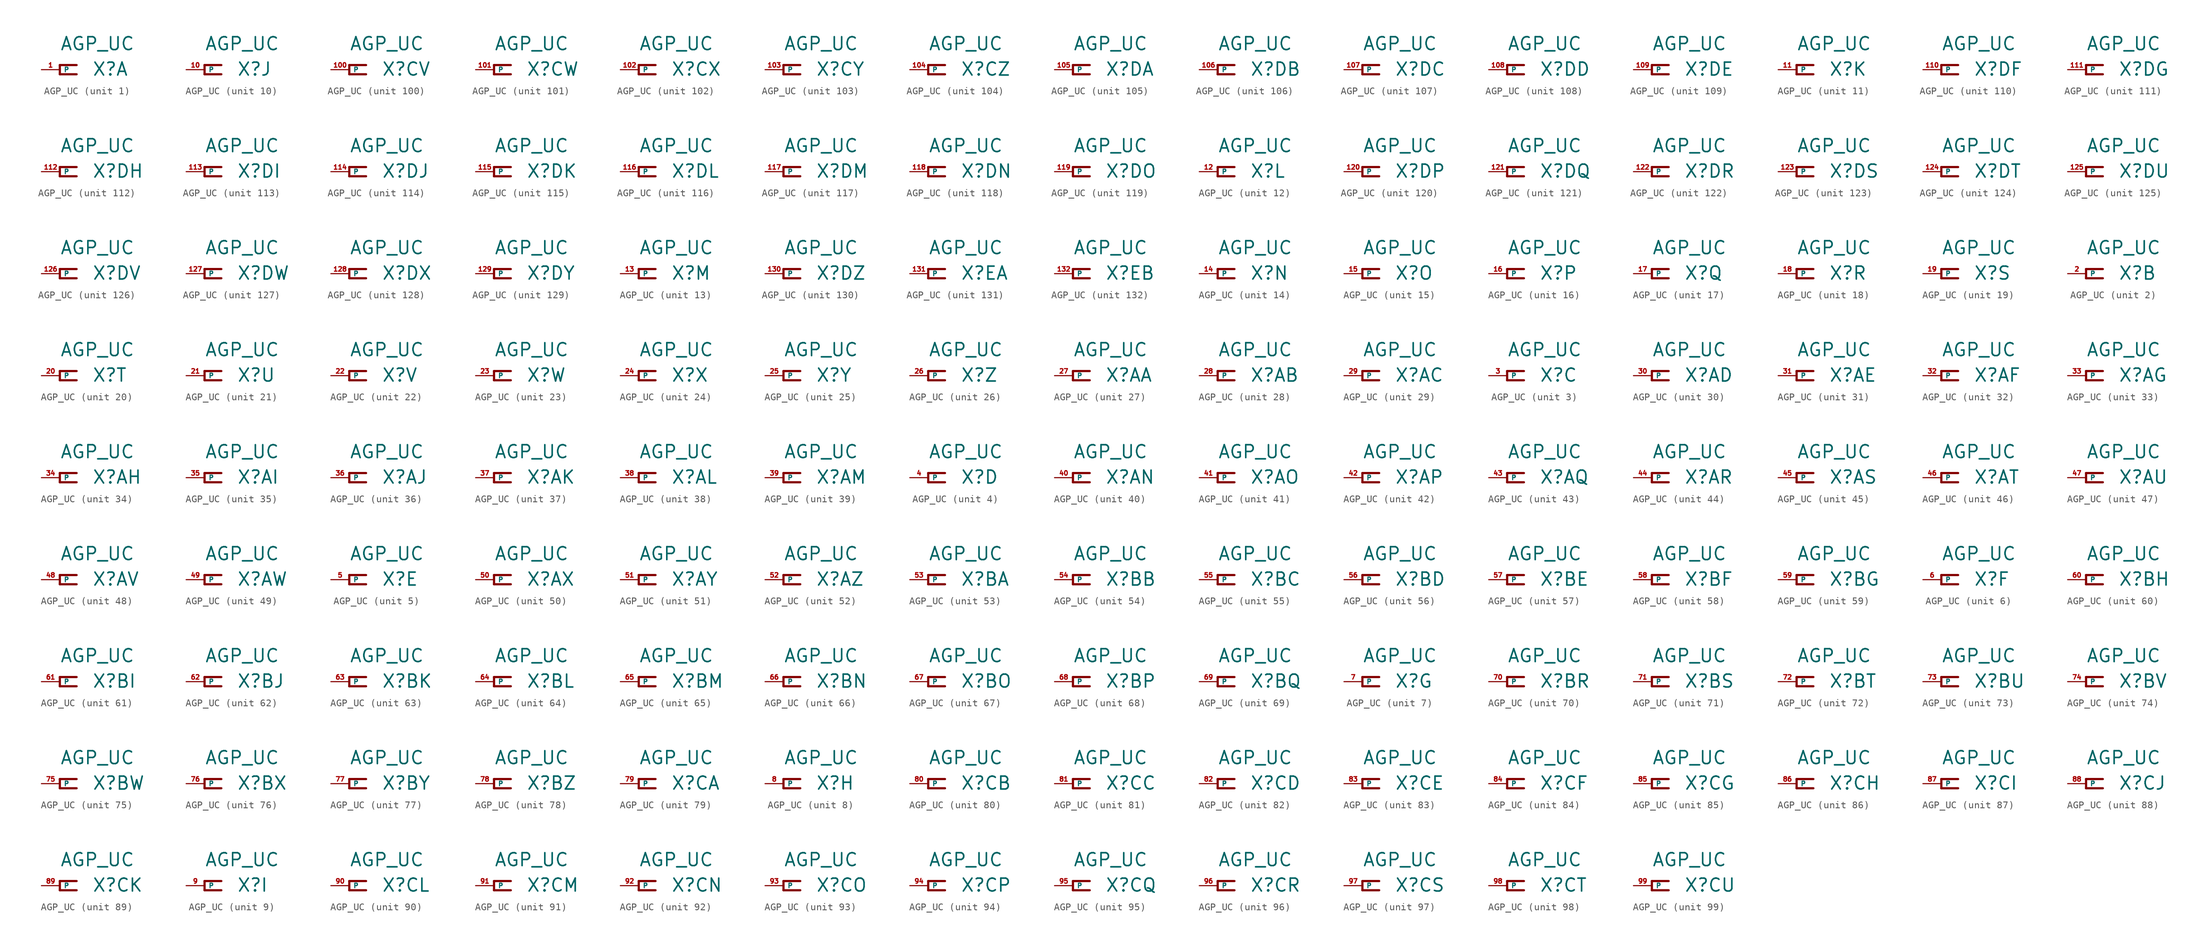
<source format=kicad_sym>
(kicad_symbol_lib
  (version 20220914)
  (generator Eagle2Kicad)
  (symbol "AGP_UC"
    (property "Reference" "X"
      (at 4.445 -0.965 0)
      (effects (font (size 1.778 1.778) (thickness 0.22)) (justify left bottom)))
    (property "Value" "AGP_UC"
      (at 0 2.54 0)
      (effects (font (size 1.778 1.778) (thickness 0.22)) (justify left bottom)))
    (symbol "AGP_UC_1_0"
      (polyline (pts (xy 0 0.635) (xy 2.311 0.635)) (stroke (width 0.305) (type default)) (fill (type none)))
      (polyline (pts (xy 2.311 -0.635) (xy 0 -0.635)) (stroke (width 0.305) (type default)) (fill (type none)))
      (polyline (pts (xy 0 -0.635) (xy 0 0.635)) (stroke (width 0.305) (type default)) (fill (type none)))
      (pin passive line (at -2.54 0 0) (length 2.54) (name "P" (effects (font (size 0.635 0.635) (thickness 0.08)) (justify left bottom))) (number "1" (effects (font (size 0.635 0.635) (thickness 0.08)) (justify left bottom)))))
    (symbol "AGP_UC_2_0"
      (polyline (pts (xy 0 0.635) (xy 2.311 0.635)) (stroke (width 0.305) (type default)) (fill (type none)))
      (polyline (pts (xy 2.311 -0.635) (xy 0 -0.635)) (stroke (width 0.305) (type default)) (fill (type none)))
      (polyline (pts (xy 0 -0.635) (xy 0 0.635)) (stroke (width 0.305) (type default)) (fill (type none)))
      (pin passive line (at -2.54 0 0) (length 2.54) (name "P" (effects (font (size 0.635 0.635) (thickness 0.08)) (justify left bottom))) (number "2" (effects (font (size 0.635 0.635) (thickness 0.08)) (justify left bottom)))))
    (symbol "AGP_UC_3_0"
      (polyline (pts (xy 0 0.635) (xy 2.311 0.635)) (stroke (width 0.305) (type default)) (fill (type none)))
      (polyline (pts (xy 2.311 -0.635) (xy 0 -0.635)) (stroke (width 0.305) (type default)) (fill (type none)))
      (polyline (pts (xy 0 -0.635) (xy 0 0.635)) (stroke (width 0.305) (type default)) (fill (type none)))
      (pin passive line (at -2.54 0 0) (length 2.54) (name "P" (effects (font (size 0.635 0.635) (thickness 0.08)) (justify left bottom))) (number "3" (effects (font (size 0.635 0.635) (thickness 0.08)) (justify left bottom)))))
    (symbol "AGP_UC_4_0"
      (polyline (pts (xy 0 0.635) (xy 2.311 0.635)) (stroke (width 0.305) (type default)) (fill (type none)))
      (polyline (pts (xy 2.311 -0.635) (xy 0 -0.635)) (stroke (width 0.305) (type default)) (fill (type none)))
      (polyline (pts (xy 0 -0.635) (xy 0 0.635)) (stroke (width 0.305) (type default)) (fill (type none)))
      (pin passive line (at -2.54 0 0) (length 2.54) (name "P" (effects (font (size 0.635 0.635) (thickness 0.08)) (justify left bottom))) (number "4" (effects (font (size 0.635 0.635) (thickness 0.08)) (justify left bottom)))))
    (symbol "AGP_UC_5_0"
      (polyline (pts (xy 0 0.635) (xy 2.311 0.635)) (stroke (width 0.305) (type default)) (fill (type none)))
      (polyline (pts (xy 2.311 -0.635) (xy 0 -0.635)) (stroke (width 0.305) (type default)) (fill (type none)))
      (polyline (pts (xy 0 -0.635) (xy 0 0.635)) (stroke (width 0.305) (type default)) (fill (type none)))
      (pin passive line (at -2.54 0 0) (length 2.54) (name "P" (effects (font (size 0.635 0.635) (thickness 0.08)) (justify left bottom))) (number "5" (effects (font (size 0.635 0.635) (thickness 0.08)) (justify left bottom)))))
    (symbol "AGP_UC_6_0"
      (polyline (pts (xy 0 0.635) (xy 2.311 0.635)) (stroke (width 0.305) (type default)) (fill (type none)))
      (polyline (pts (xy 2.311 -0.635) (xy 0 -0.635)) (stroke (width 0.305) (type default)) (fill (type none)))
      (polyline (pts (xy 0 -0.635) (xy 0 0.635)) (stroke (width 0.305) (type default)) (fill (type none)))
      (pin passive line (at -2.54 0 0) (length 2.54) (name "P" (effects (font (size 0.635 0.635) (thickness 0.08)) (justify left bottom))) (number "6" (effects (font (size 0.635 0.635) (thickness 0.08)) (justify left bottom)))))
    (symbol "AGP_UC_7_0"
      (polyline (pts (xy 0 0.635) (xy 2.311 0.635)) (stroke (width 0.305) (type default)) (fill (type none)))
      (polyline (pts (xy 2.311 -0.635) (xy 0 -0.635)) (stroke (width 0.305) (type default)) (fill (type none)))
      (polyline (pts (xy 0 -0.635) (xy 0 0.635)) (stroke (width 0.305) (type default)) (fill (type none)))
      (pin passive line (at -2.54 0 0) (length 2.54) (name "P" (effects (font (size 0.635 0.635) (thickness 0.08)) (justify left bottom))) (number "7" (effects (font (size 0.635 0.635) (thickness 0.08)) (justify left bottom)))))
    (symbol "AGP_UC_8_0"
      (polyline (pts (xy 0 0.635) (xy 2.311 0.635)) (stroke (width 0.305) (type default)) (fill (type none)))
      (polyline (pts (xy 2.311 -0.635) (xy 0 -0.635)) (stroke (width 0.305) (type default)) (fill (type none)))
      (polyline (pts (xy 0 -0.635) (xy 0 0.635)) (stroke (width 0.305) (type default)) (fill (type none)))
      (pin passive line (at -2.54 0 0) (length 2.54) (name "P" (effects (font (size 0.635 0.635) (thickness 0.08)) (justify left bottom))) (number "8" (effects (font (size 0.635 0.635) (thickness 0.08)) (justify left bottom)))))
    (symbol "AGP_UC_9_0"
      (polyline (pts (xy 0 0.635) (xy 2.311 0.635)) (stroke (width 0.305) (type default)) (fill (type none)))
      (polyline (pts (xy 2.311 -0.635) (xy 0 -0.635)) (stroke (width 0.305) (type default)) (fill (type none)))
      (polyline (pts (xy 0 -0.635) (xy 0 0.635)) (stroke (width 0.305) (type default)) (fill (type none)))
      (pin passive line (at -2.54 0 0) (length 2.54) (name "P" (effects (font (size 0.635 0.635) (thickness 0.08)) (justify left bottom))) (number "9" (effects (font (size 0.635 0.635) (thickness 0.08)) (justify left bottom)))))
    (symbol "AGP_UC_10_0"
      (polyline (pts (xy 0 0.635) (xy 2.311 0.635)) (stroke (width 0.305) (type default)) (fill (type none)))
      (polyline (pts (xy 2.311 -0.635) (xy 0 -0.635)) (stroke (width 0.305) (type default)) (fill (type none)))
      (polyline (pts (xy 0 -0.635) (xy 0 0.635)) (stroke (width 0.305) (type default)) (fill (type none)))
      (pin passive line (at -2.54 0 0) (length 2.54) (name "P" (effects (font (size 0.635 0.635) (thickness 0.08)) (justify left bottom))) (number "10" (effects (font (size 0.635 0.635) (thickness 0.08)) (justify left bottom)))))
    (symbol "AGP_UC_11_0"
      (polyline (pts (xy 0 0.635) (xy 2.311 0.635)) (stroke (width 0.305) (type default)) (fill (type none)))
      (polyline (pts (xy 2.311 -0.635) (xy 0 -0.635)) (stroke (width 0.305) (type default)) (fill (type none)))
      (polyline (pts (xy 0 -0.635) (xy 0 0.635)) (stroke (width 0.305) (type default)) (fill (type none)))
      (pin passive line (at -2.54 0 0) (length 2.54) (name "P" (effects (font (size 0.635 0.635) (thickness 0.08)) (justify left bottom))) (number "11" (effects (font (size 0.635 0.635) (thickness 0.08)) (justify left bottom)))))
    (symbol "AGP_UC_12_0"
      (polyline (pts (xy 0 0.635) (xy 2.311 0.635)) (stroke (width 0.305) (type default)) (fill (type none)))
      (polyline (pts (xy 2.311 -0.635) (xy 0 -0.635)) (stroke (width 0.305) (type default)) (fill (type none)))
      (polyline (pts (xy 0 -0.635) (xy 0 0.635)) (stroke (width 0.305) (type default)) (fill (type none)))
      (pin passive line (at -2.54 0 0) (length 2.54) (name "P" (effects (font (size 0.635 0.635) (thickness 0.08)) (justify left bottom))) (number "12" (effects (font (size 0.635 0.635) (thickness 0.08)) (justify left bottom)))))
    (symbol "AGP_UC_13_0"
      (polyline (pts (xy 0 0.635) (xy 2.311 0.635)) (stroke (width 0.305) (type default)) (fill (type none)))
      (polyline (pts (xy 2.311 -0.635) (xy 0 -0.635)) (stroke (width 0.305) (type default)) (fill (type none)))
      (polyline (pts (xy 0 -0.635) (xy 0 0.635)) (stroke (width 0.305) (type default)) (fill (type none)))
      (pin passive line (at -2.54 0 0) (length 2.54) (name "P" (effects (font (size 0.635 0.635) (thickness 0.08)) (justify left bottom))) (number "13" (effects (font (size 0.635 0.635) (thickness 0.08)) (justify left bottom)))))
    (symbol "AGP_UC_14_0"
      (polyline (pts (xy 0 0.635) (xy 2.311 0.635)) (stroke (width 0.305) (type default)) (fill (type none)))
      (polyline (pts (xy 2.311 -0.635) (xy 0 -0.635)) (stroke (width 0.305) (type default)) (fill (type none)))
      (polyline (pts (xy 0 -0.635) (xy 0 0.635)) (stroke (width 0.305) (type default)) (fill (type none)))
      (pin passive line (at -2.54 0 0) (length 2.54) (name "P" (effects (font (size 0.635 0.635) (thickness 0.08)) (justify left bottom))) (number "14" (effects (font (size 0.635 0.635) (thickness 0.08)) (justify left bottom)))))
    (symbol "AGP_UC_15_0"
      (polyline (pts (xy 0 0.635) (xy 2.311 0.635)) (stroke (width 0.305) (type default)) (fill (type none)))
      (polyline (pts (xy 2.311 -0.635) (xy 0 -0.635)) (stroke (width 0.305) (type default)) (fill (type none)))
      (polyline (pts (xy 0 -0.635) (xy 0 0.635)) (stroke (width 0.305) (type default)) (fill (type none)))
      (pin passive line (at -2.54 0 0) (length 2.54) (name "P" (effects (font (size 0.635 0.635) (thickness 0.08)) (justify left bottom))) (number "15" (effects (font (size 0.635 0.635) (thickness 0.08)) (justify left bottom)))))
    (symbol "AGP_UC_16_0"
      (polyline (pts (xy 0 0.635) (xy 2.311 0.635)) (stroke (width 0.305) (type default)) (fill (type none)))
      (polyline (pts (xy 2.311 -0.635) (xy 0 -0.635)) (stroke (width 0.305) (type default)) (fill (type none)))
      (polyline (pts (xy 0 -0.635) (xy 0 0.635)) (stroke (width 0.305) (type default)) (fill (type none)))
      (pin passive line (at -2.54 0 0) (length 2.54) (name "P" (effects (font (size 0.635 0.635) (thickness 0.08)) (justify left bottom))) (number "16" (effects (font (size 0.635 0.635) (thickness 0.08)) (justify left bottom)))))
    (symbol "AGP_UC_17_0"
      (polyline (pts (xy 0 0.635) (xy 2.311 0.635)) (stroke (width 0.305) (type default)) (fill (type none)))
      (polyline (pts (xy 2.311 -0.635) (xy 0 -0.635)) (stroke (width 0.305) (type default)) (fill (type none)))
      (polyline (pts (xy 0 -0.635) (xy 0 0.635)) (stroke (width 0.305) (type default)) (fill (type none)))
      (pin passive line (at -2.54 0 0) (length 2.54) (name "P" (effects (font (size 0.635 0.635) (thickness 0.08)) (justify left bottom))) (number "17" (effects (font (size 0.635 0.635) (thickness 0.08)) (justify left bottom)))))
    (symbol "AGP_UC_18_0"
      (polyline (pts (xy 0 0.635) (xy 2.311 0.635)) (stroke (width 0.305) (type default)) (fill (type none)))
      (polyline (pts (xy 2.311 -0.635) (xy 0 -0.635)) (stroke (width 0.305) (type default)) (fill (type none)))
      (polyline (pts (xy 0 -0.635) (xy 0 0.635)) (stroke (width 0.305) (type default)) (fill (type none)))
      (pin passive line (at -2.54 0 0) (length 2.54) (name "P" (effects (font (size 0.635 0.635) (thickness 0.08)) (justify left bottom))) (number "18" (effects (font (size 0.635 0.635) (thickness 0.08)) (justify left bottom)))))
    (symbol "AGP_UC_19_0"
      (polyline (pts (xy 0 0.635) (xy 2.311 0.635)) (stroke (width 0.305) (type default)) (fill (type none)))
      (polyline (pts (xy 2.311 -0.635) (xy 0 -0.635)) (stroke (width 0.305) (type default)) (fill (type none)))
      (polyline (pts (xy 0 -0.635) (xy 0 0.635)) (stroke (width 0.305) (type default)) (fill (type none)))
      (pin passive line (at -2.54 0 0) (length 2.54) (name "P" (effects (font (size 0.635 0.635) (thickness 0.08)) (justify left bottom))) (number "19" (effects (font (size 0.635 0.635) (thickness 0.08)) (justify left bottom)))))
    (symbol "AGP_UC_20_0"
      (polyline (pts (xy 0 0.635) (xy 2.311 0.635)) (stroke (width 0.305) (type default)) (fill (type none)))
      (polyline (pts (xy 2.311 -0.635) (xy 0 -0.635)) (stroke (width 0.305) (type default)) (fill (type none)))
      (polyline (pts (xy 0 -0.635) (xy 0 0.635)) (stroke (width 0.305) (type default)) (fill (type none)))
      (pin passive line (at -2.54 0 0) (length 2.54) (name "P" (effects (font (size 0.635 0.635) (thickness 0.08)) (justify left bottom))) (number "20" (effects (font (size 0.635 0.635) (thickness 0.08)) (justify left bottom)))))
    (symbol "AGP_UC_21_0"
      (polyline (pts (xy 0 0.635) (xy 2.311 0.635)) (stroke (width 0.305) (type default)) (fill (type none)))
      (polyline (pts (xy 2.311 -0.635) (xy 0 -0.635)) (stroke (width 0.305) (type default)) (fill (type none)))
      (polyline (pts (xy 0 -0.635) (xy 0 0.635)) (stroke (width 0.305) (type default)) (fill (type none)))
      (pin passive line (at -2.54 0 0) (length 2.54) (name "P" (effects (font (size 0.635 0.635) (thickness 0.08)) (justify left bottom))) (number "21" (effects (font (size 0.635 0.635) (thickness 0.08)) (justify left bottom)))))
    (symbol "AGP_UC_22_0"
      (polyline (pts (xy 0 0.635) (xy 2.311 0.635)) (stroke (width 0.305) (type default)) (fill (type none)))
      (polyline (pts (xy 2.311 -0.635) (xy 0 -0.635)) (stroke (width 0.305) (type default)) (fill (type none)))
      (polyline (pts (xy 0 -0.635) (xy 0 0.635)) (stroke (width 0.305) (type default)) (fill (type none)))
      (pin passive line (at -2.54 0 0) (length 2.54) (name "P" (effects (font (size 0.635 0.635) (thickness 0.08)) (justify left bottom))) (number "22" (effects (font (size 0.635 0.635) (thickness 0.08)) (justify left bottom)))))
    (symbol "AGP_UC_23_0"
      (polyline (pts (xy 0 0.635) (xy 2.311 0.635)) (stroke (width 0.305) (type default)) (fill (type none)))
      (polyline (pts (xy 2.311 -0.635) (xy 0 -0.635)) (stroke (width 0.305) (type default)) (fill (type none)))
      (polyline (pts (xy 0 -0.635) (xy 0 0.635)) (stroke (width 0.305) (type default)) (fill (type none)))
      (pin passive line (at -2.54 0 0) (length 2.54) (name "P" (effects (font (size 0.635 0.635) (thickness 0.08)) (justify left bottom))) (number "23" (effects (font (size 0.635 0.635) (thickness 0.08)) (justify left bottom)))))
    (symbol "AGP_UC_24_0"
      (polyline (pts (xy 0 0.635) (xy 2.311 0.635)) (stroke (width 0.305) (type default)) (fill (type none)))
      (polyline (pts (xy 2.311 -0.635) (xy 0 -0.635)) (stroke (width 0.305) (type default)) (fill (type none)))
      (polyline (pts (xy 0 -0.635) (xy 0 0.635)) (stroke (width 0.305) (type default)) (fill (type none)))
      (pin passive line (at -2.54 0 0) (length 2.54) (name "P" (effects (font (size 0.635 0.635) (thickness 0.08)) (justify left bottom))) (number "24" (effects (font (size 0.635 0.635) (thickness 0.08)) (justify left bottom)))))
    (symbol "AGP_UC_25_0"
      (polyline (pts (xy 0 0.635) (xy 2.311 0.635)) (stroke (width 0.305) (type default)) (fill (type none)))
      (polyline (pts (xy 2.311 -0.635) (xy 0 -0.635)) (stroke (width 0.305) (type default)) (fill (type none)))
      (polyline (pts (xy 0 -0.635) (xy 0 0.635)) (stroke (width 0.305) (type default)) (fill (type none)))
      (pin passive line (at -2.54 0 0) (length 2.54) (name "P" (effects (font (size 0.635 0.635) (thickness 0.08)) (justify left bottom))) (number "25" (effects (font (size 0.635 0.635) (thickness 0.08)) (justify left bottom)))))
    (symbol "AGP_UC_26_0"
      (polyline (pts (xy 0 0.635) (xy 2.311 0.635)) (stroke (width 0.305) (type default)) (fill (type none)))
      (polyline (pts (xy 2.311 -0.635) (xy 0 -0.635)) (stroke (width 0.305) (type default)) (fill (type none)))
      (polyline (pts (xy 0 -0.635) (xy 0 0.635)) (stroke (width 0.305) (type default)) (fill (type none)))
      (pin passive line (at -2.54 0 0) (length 2.54) (name "P" (effects (font (size 0.635 0.635) (thickness 0.08)) (justify left bottom))) (number "26" (effects (font (size 0.635 0.635) (thickness 0.08)) (justify left bottom)))))
    (symbol "AGP_UC_27_0"
      (polyline (pts (xy 0 0.635) (xy 2.311 0.635)) (stroke (width 0.305) (type default)) (fill (type none)))
      (polyline (pts (xy 2.311 -0.635) (xy 0 -0.635)) (stroke (width 0.305) (type default)) (fill (type none)))
      (polyline (pts (xy 0 -0.635) (xy 0 0.635)) (stroke (width 0.305) (type default)) (fill (type none)))
      (pin passive line (at -2.54 0 0) (length 2.54) (name "P" (effects (font (size 0.635 0.635) (thickness 0.08)) (justify left bottom))) (number "27" (effects (font (size 0.635 0.635) (thickness 0.08)) (justify left bottom)))))
    (symbol "AGP_UC_28_0"
      (polyline (pts (xy 0 0.635) (xy 2.311 0.635)) (stroke (width 0.305) (type default)) (fill (type none)))
      (polyline (pts (xy 2.311 -0.635) (xy 0 -0.635)) (stroke (width 0.305) (type default)) (fill (type none)))
      (polyline (pts (xy 0 -0.635) (xy 0 0.635)) (stroke (width 0.305) (type default)) (fill (type none)))
      (pin passive line (at -2.54 0 0) (length 2.54) (name "P" (effects (font (size 0.635 0.635) (thickness 0.08)) (justify left bottom))) (number "28" (effects (font (size 0.635 0.635) (thickness 0.08)) (justify left bottom)))))
    (symbol "AGP_UC_29_0"
      (polyline (pts (xy 0 0.635) (xy 2.311 0.635)) (stroke (width 0.305) (type default)) (fill (type none)))
      (polyline (pts (xy 2.311 -0.635) (xy 0 -0.635)) (stroke (width 0.305) (type default)) (fill (type none)))
      (polyline (pts (xy 0 -0.635) (xy 0 0.635)) (stroke (width 0.305) (type default)) (fill (type none)))
      (pin passive line (at -2.54 0 0) (length 2.54) (name "P" (effects (font (size 0.635 0.635) (thickness 0.08)) (justify left bottom))) (number "29" (effects (font (size 0.635 0.635) (thickness 0.08)) (justify left bottom)))))
    (symbol "AGP_UC_30_0"
      (polyline (pts (xy 0 0.635) (xy 2.311 0.635)) (stroke (width 0.305) (type default)) (fill (type none)))
      (polyline (pts (xy 2.311 -0.635) (xy 0 -0.635)) (stroke (width 0.305) (type default)) (fill (type none)))
      (polyline (pts (xy 0 -0.635) (xy 0 0.635)) (stroke (width 0.305) (type default)) (fill (type none)))
      (pin passive line (at -2.54 0 0) (length 2.54) (name "P" (effects (font (size 0.635 0.635) (thickness 0.08)) (justify left bottom))) (number "30" (effects (font (size 0.635 0.635) (thickness 0.08)) (justify left bottom)))))
    (symbol "AGP_UC_31_0"
      (polyline (pts (xy 0 0.635) (xy 2.311 0.635)) (stroke (width 0.305) (type default)) (fill (type none)))
      (polyline (pts (xy 2.311 -0.635) (xy 0 -0.635)) (stroke (width 0.305) (type default)) (fill (type none)))
      (polyline (pts (xy 0 -0.635) (xy 0 0.635)) (stroke (width 0.305) (type default)) (fill (type none)))
      (pin passive line (at -2.54 0 0) (length 2.54) (name "P" (effects (font (size 0.635 0.635) (thickness 0.08)) (justify left bottom))) (number "31" (effects (font (size 0.635 0.635) (thickness 0.08)) (justify left bottom)))))
    (symbol "AGP_UC_32_0"
      (polyline (pts (xy 0 0.635) (xy 2.311 0.635)) (stroke (width 0.305) (type default)) (fill (type none)))
      (polyline (pts (xy 2.311 -0.635) (xy 0 -0.635)) (stroke (width 0.305) (type default)) (fill (type none)))
      (polyline (pts (xy 0 -0.635) (xy 0 0.635)) (stroke (width 0.305) (type default)) (fill (type none)))
      (pin passive line (at -2.54 0 0) (length 2.54) (name "P" (effects (font (size 0.635 0.635) (thickness 0.08)) (justify left bottom))) (number "32" (effects (font (size 0.635 0.635) (thickness 0.08)) (justify left bottom)))))
    (symbol "AGP_UC_33_0"
      (polyline (pts (xy 0 0.635) (xy 2.311 0.635)) (stroke (width 0.305) (type default)) (fill (type none)))
      (polyline (pts (xy 2.311 -0.635) (xy 0 -0.635)) (stroke (width 0.305) (type default)) (fill (type none)))
      (polyline (pts (xy 0 -0.635) (xy 0 0.635)) (stroke (width 0.305) (type default)) (fill (type none)))
      (pin passive line (at -2.54 0 0) (length 2.54) (name "P" (effects (font (size 0.635 0.635) (thickness 0.08)) (justify left bottom))) (number "33" (effects (font (size 0.635 0.635) (thickness 0.08)) (justify left bottom)))))
    (symbol "AGP_UC_34_0"
      (polyline (pts (xy 0 0.635) (xy 2.311 0.635)) (stroke (width 0.305) (type default)) (fill (type none)))
      (polyline (pts (xy 2.311 -0.635) (xy 0 -0.635)) (stroke (width 0.305) (type default)) (fill (type none)))
      (polyline (pts (xy 0 -0.635) (xy 0 0.635)) (stroke (width 0.305) (type default)) (fill (type none)))
      (pin passive line (at -2.54 0 0) (length 2.54) (name "P" (effects (font (size 0.635 0.635) (thickness 0.08)) (justify left bottom))) (number "34" (effects (font (size 0.635 0.635) (thickness 0.08)) (justify left bottom)))))
    (symbol "AGP_UC_35_0"
      (polyline (pts (xy 0 0.635) (xy 2.311 0.635)) (stroke (width 0.305) (type default)) (fill (type none)))
      (polyline (pts (xy 2.311 -0.635) (xy 0 -0.635)) (stroke (width 0.305) (type default)) (fill (type none)))
      (polyline (pts (xy 0 -0.635) (xy 0 0.635)) (stroke (width 0.305) (type default)) (fill (type none)))
      (pin passive line (at -2.54 0 0) (length 2.54) (name "P" (effects (font (size 0.635 0.635) (thickness 0.08)) (justify left bottom))) (number "35" (effects (font (size 0.635 0.635) (thickness 0.08)) (justify left bottom)))))
    (symbol "AGP_UC_36_0"
      (polyline (pts (xy 0 0.635) (xy 2.311 0.635)) (stroke (width 0.305) (type default)) (fill (type none)))
      (polyline (pts (xy 2.311 -0.635) (xy 0 -0.635)) (stroke (width 0.305) (type default)) (fill (type none)))
      (polyline (pts (xy 0 -0.635) (xy 0 0.635)) (stroke (width 0.305) (type default)) (fill (type none)))
      (pin passive line (at -2.54 0 0) (length 2.54) (name "P" (effects (font (size 0.635 0.635) (thickness 0.08)) (justify left bottom))) (number "36" (effects (font (size 0.635 0.635) (thickness 0.08)) (justify left bottom)))))
    (symbol "AGP_UC_37_0"
      (polyline (pts (xy 0 0.635) (xy 2.311 0.635)) (stroke (width 0.305) (type default)) (fill (type none)))
      (polyline (pts (xy 2.311 -0.635) (xy 0 -0.635)) (stroke (width 0.305) (type default)) (fill (type none)))
      (polyline (pts (xy 0 -0.635) (xy 0 0.635)) (stroke (width 0.305) (type default)) (fill (type none)))
      (pin passive line (at -2.54 0 0) (length 2.54) (name "P" (effects (font (size 0.635 0.635) (thickness 0.08)) (justify left bottom))) (number "37" (effects (font (size 0.635 0.635) (thickness 0.08)) (justify left bottom)))))
    (symbol "AGP_UC_38_0"
      (polyline (pts (xy 0 0.635) (xy 2.311 0.635)) (stroke (width 0.305) (type default)) (fill (type none)))
      (polyline (pts (xy 2.311 -0.635) (xy 0 -0.635)) (stroke (width 0.305) (type default)) (fill (type none)))
      (polyline (pts (xy 0 -0.635) (xy 0 0.635)) (stroke (width 0.305) (type default)) (fill (type none)))
      (pin passive line (at -2.54 0 0) (length 2.54) (name "P" (effects (font (size 0.635 0.635) (thickness 0.08)) (justify left bottom))) (number "38" (effects (font (size 0.635 0.635) (thickness 0.08)) (justify left bottom)))))
    (symbol "AGP_UC_39_0"
      (polyline (pts (xy 0 0.635) (xy 2.311 0.635)) (stroke (width 0.305) (type default)) (fill (type none)))
      (polyline (pts (xy 2.311 -0.635) (xy 0 -0.635)) (stroke (width 0.305) (type default)) (fill (type none)))
      (polyline (pts (xy 0 -0.635) (xy 0 0.635)) (stroke (width 0.305) (type default)) (fill (type none)))
      (pin passive line (at -2.54 0 0) (length 2.54) (name "P" (effects (font (size 0.635 0.635) (thickness 0.08)) (justify left bottom))) (number "39" (effects (font (size 0.635 0.635) (thickness 0.08)) (justify left bottom)))))
    (symbol "AGP_UC_40_0"
      (polyline (pts (xy 0 0.635) (xy 2.311 0.635)) (stroke (width 0.305) (type default)) (fill (type none)))
      (polyline (pts (xy 2.311 -0.635) (xy 0 -0.635)) (stroke (width 0.305) (type default)) (fill (type none)))
      (polyline (pts (xy 0 -0.635) (xy 0 0.635)) (stroke (width 0.305) (type default)) (fill (type none)))
      (pin passive line (at -2.54 0 0) (length 2.54) (name "P" (effects (font (size 0.635 0.635) (thickness 0.08)) (justify left bottom))) (number "40" (effects (font (size 0.635 0.635) (thickness 0.08)) (justify left bottom)))))
    (symbol "AGP_UC_41_0"
      (polyline (pts (xy 0 0.635) (xy 2.311 0.635)) (stroke (width 0.305) (type default)) (fill (type none)))
      (polyline (pts (xy 2.311 -0.635) (xy 0 -0.635)) (stroke (width 0.305) (type default)) (fill (type none)))
      (polyline (pts (xy 0 -0.635) (xy 0 0.635)) (stroke (width 0.305) (type default)) (fill (type none)))
      (pin passive line (at -2.54 0 0) (length 2.54) (name "P" (effects (font (size 0.635 0.635) (thickness 0.08)) (justify left bottom))) (number "41" (effects (font (size 0.635 0.635) (thickness 0.08)) (justify left bottom)))))
    (symbol "AGP_UC_42_0"
      (polyline (pts (xy 0 0.635) (xy 2.311 0.635)) (stroke (width 0.305) (type default)) (fill (type none)))
      (polyline (pts (xy 2.311 -0.635) (xy 0 -0.635)) (stroke (width 0.305) (type default)) (fill (type none)))
      (polyline (pts (xy 0 -0.635) (xy 0 0.635)) (stroke (width 0.305) (type default)) (fill (type none)))
      (pin passive line (at -2.54 0 0) (length 2.54) (name "P" (effects (font (size 0.635 0.635) (thickness 0.08)) (justify left bottom))) (number "42" (effects (font (size 0.635 0.635) (thickness 0.08)) (justify left bottom)))))
    (symbol "AGP_UC_43_0"
      (polyline (pts (xy 0 0.635) (xy 2.311 0.635)) (stroke (width 0.305) (type default)) (fill (type none)))
      (polyline (pts (xy 2.311 -0.635) (xy 0 -0.635)) (stroke (width 0.305) (type default)) (fill (type none)))
      (polyline (pts (xy 0 -0.635) (xy 0 0.635)) (stroke (width 0.305) (type default)) (fill (type none)))
      (pin passive line (at -2.54 0 0) (length 2.54) (name "P" (effects (font (size 0.635 0.635) (thickness 0.08)) (justify left bottom))) (number "43" (effects (font (size 0.635 0.635) (thickness 0.08)) (justify left bottom)))))
    (symbol "AGP_UC_44_0"
      (polyline (pts (xy 0 0.635) (xy 2.311 0.635)) (stroke (width 0.305) (type default)) (fill (type none)))
      (polyline (pts (xy 2.311 -0.635) (xy 0 -0.635)) (stroke (width 0.305) (type default)) (fill (type none)))
      (polyline (pts (xy 0 -0.635) (xy 0 0.635)) (stroke (width 0.305) (type default)) (fill (type none)))
      (pin passive line (at -2.54 0 0) (length 2.54) (name "P" (effects (font (size 0.635 0.635) (thickness 0.08)) (justify left bottom))) (number "44" (effects (font (size 0.635 0.635) (thickness 0.08)) (justify left bottom)))))
    (symbol "AGP_UC_45_0"
      (polyline (pts (xy 0 0.635) (xy 2.311 0.635)) (stroke (width 0.305) (type default)) (fill (type none)))
      (polyline (pts (xy 2.311 -0.635) (xy 0 -0.635)) (stroke (width 0.305) (type default)) (fill (type none)))
      (polyline (pts (xy 0 -0.635) (xy 0 0.635)) (stroke (width 0.305) (type default)) (fill (type none)))
      (pin passive line (at -2.54 0 0) (length 2.54) (name "P" (effects (font (size 0.635 0.635) (thickness 0.08)) (justify left bottom))) (number "45" (effects (font (size 0.635 0.635) (thickness 0.08)) (justify left bottom)))))
    (symbol "AGP_UC_46_0"
      (polyline (pts (xy 0 0.635) (xy 2.311 0.635)) (stroke (width 0.305) (type default)) (fill (type none)))
      (polyline (pts (xy 2.311 -0.635) (xy 0 -0.635)) (stroke (width 0.305) (type default)) (fill (type none)))
      (polyline (pts (xy 0 -0.635) (xy 0 0.635)) (stroke (width 0.305) (type default)) (fill (type none)))
      (pin passive line (at -2.54 0 0) (length 2.54) (name "P" (effects (font (size 0.635 0.635) (thickness 0.08)) (justify left bottom))) (number "46" (effects (font (size 0.635 0.635) (thickness 0.08)) (justify left bottom)))))
    (symbol "AGP_UC_47_0"
      (polyline (pts (xy 0 0.635) (xy 2.311 0.635)) (stroke (width 0.305) (type default)) (fill (type none)))
      (polyline (pts (xy 2.311 -0.635) (xy 0 -0.635)) (stroke (width 0.305) (type default)) (fill (type none)))
      (polyline (pts (xy 0 -0.635) (xy 0 0.635)) (stroke (width 0.305) (type default)) (fill (type none)))
      (pin passive line (at -2.54 0 0) (length 2.54) (name "P" (effects (font (size 0.635 0.635) (thickness 0.08)) (justify left bottom))) (number "47" (effects (font (size 0.635 0.635) (thickness 0.08)) (justify left bottom)))))
    (symbol "AGP_UC_48_0"
      (polyline (pts (xy 0 0.635) (xy 2.311 0.635)) (stroke (width 0.305) (type default)) (fill (type none)))
      (polyline (pts (xy 2.311 -0.635) (xy 0 -0.635)) (stroke (width 0.305) (type default)) (fill (type none)))
      (polyline (pts (xy 0 -0.635) (xy 0 0.635)) (stroke (width 0.305) (type default)) (fill (type none)))
      (pin passive line (at -2.54 0 0) (length 2.54) (name "P" (effects (font (size 0.635 0.635) (thickness 0.08)) (justify left bottom))) (number "48" (effects (font (size 0.635 0.635) (thickness 0.08)) (justify left bottom)))))
    (symbol "AGP_UC_49_0"
      (polyline (pts (xy 0 0.635) (xy 2.311 0.635)) (stroke (width 0.305) (type default)) (fill (type none)))
      (polyline (pts (xy 2.311 -0.635) (xy 0 -0.635)) (stroke (width 0.305) (type default)) (fill (type none)))
      (polyline (pts (xy 0 -0.635) (xy 0 0.635)) (stroke (width 0.305) (type default)) (fill (type none)))
      (pin passive line (at -2.54 0 0) (length 2.54) (name "P" (effects (font (size 0.635 0.635) (thickness 0.08)) (justify left bottom))) (number "49" (effects (font (size 0.635 0.635) (thickness 0.08)) (justify left bottom)))))
    (symbol "AGP_UC_50_0"
      (polyline (pts (xy 0 0.635) (xy 2.311 0.635)) (stroke (width 0.305) (type default)) (fill (type none)))
      (polyline (pts (xy 2.311 -0.635) (xy 0 -0.635)) (stroke (width 0.305) (type default)) (fill (type none)))
      (polyline (pts (xy 0 -0.635) (xy 0 0.635)) (stroke (width 0.305) (type default)) (fill (type none)))
      (pin passive line (at -2.54 0 0) (length 2.54) (name "P" (effects (font (size 0.635 0.635) (thickness 0.08)) (justify left bottom))) (number "50" (effects (font (size 0.635 0.635) (thickness 0.08)) (justify left bottom)))))
    (symbol "AGP_UC_51_0"
      (polyline (pts (xy 0 0.635) (xy 2.311 0.635)) (stroke (width 0.305) (type default)) (fill (type none)))
      (polyline (pts (xy 2.311 -0.635) (xy 0 -0.635)) (stroke (width 0.305) (type default)) (fill (type none)))
      (polyline (pts (xy 0 -0.635) (xy 0 0.635)) (stroke (width 0.305) (type default)) (fill (type none)))
      (pin passive line (at -2.54 0 0) (length 2.54) (name "P" (effects (font (size 0.635 0.635) (thickness 0.08)) (justify left bottom))) (number "51" (effects (font (size 0.635 0.635) (thickness 0.08)) (justify left bottom)))))
    (symbol "AGP_UC_52_0"
      (polyline (pts (xy 0 0.635) (xy 2.311 0.635)) (stroke (width 0.305) (type default)) (fill (type none)))
      (polyline (pts (xy 2.311 -0.635) (xy 0 -0.635)) (stroke (width 0.305) (type default)) (fill (type none)))
      (polyline (pts (xy 0 -0.635) (xy 0 0.635)) (stroke (width 0.305) (type default)) (fill (type none)))
      (pin passive line (at -2.54 0 0) (length 2.54) (name "P" (effects (font (size 0.635 0.635) (thickness 0.08)) (justify left bottom))) (number "52" (effects (font (size 0.635 0.635) (thickness 0.08)) (justify left bottom)))))
    (symbol "AGP_UC_53_0"
      (polyline (pts (xy 0 0.635) (xy 2.311 0.635)) (stroke (width 0.305) (type default)) (fill (type none)))
      (polyline (pts (xy 2.311 -0.635) (xy 0 -0.635)) (stroke (width 0.305) (type default)) (fill (type none)))
      (polyline (pts (xy 0 -0.635) (xy 0 0.635)) (stroke (width 0.305) (type default)) (fill (type none)))
      (pin passive line (at -2.54 0 0) (length 2.54) (name "P" (effects (font (size 0.635 0.635) (thickness 0.08)) (justify left bottom))) (number "53" (effects (font (size 0.635 0.635) (thickness 0.08)) (justify left bottom)))))
    (symbol "AGP_UC_54_0"
      (polyline (pts (xy 0 0.635) (xy 2.311 0.635)) (stroke (width 0.305) (type default)) (fill (type none)))
      (polyline (pts (xy 2.311 -0.635) (xy 0 -0.635)) (stroke (width 0.305) (type default)) (fill (type none)))
      (polyline (pts (xy 0 -0.635) (xy 0 0.635)) (stroke (width 0.305) (type default)) (fill (type none)))
      (pin passive line (at -2.54 0 0) (length 2.54) (name "P" (effects (font (size 0.635 0.635) (thickness 0.08)) (justify left bottom))) (number "54" (effects (font (size 0.635 0.635) (thickness 0.08)) (justify left bottom)))))
    (symbol "AGP_UC_55_0"
      (polyline (pts (xy 0 0.635) (xy 2.311 0.635)) (stroke (width 0.305) (type default)) (fill (type none)))
      (polyline (pts (xy 2.311 -0.635) (xy 0 -0.635)) (stroke (width 0.305) (type default)) (fill (type none)))
      (polyline (pts (xy 0 -0.635) (xy 0 0.635)) (stroke (width 0.305) (type default)) (fill (type none)))
      (pin passive line (at -2.54 0 0) (length 2.54) (name "P" (effects (font (size 0.635 0.635) (thickness 0.08)) (justify left bottom))) (number "55" (effects (font (size 0.635 0.635) (thickness 0.08)) (justify left bottom)))))
    (symbol "AGP_UC_56_0"
      (polyline (pts (xy 0 0.635) (xy 2.311 0.635)) (stroke (width 0.305) (type default)) (fill (type none)))
      (polyline (pts (xy 2.311 -0.635) (xy 0 -0.635)) (stroke (width 0.305) (type default)) (fill (type none)))
      (polyline (pts (xy 0 -0.635) (xy 0 0.635)) (stroke (width 0.305) (type default)) (fill (type none)))
      (pin passive line (at -2.54 0 0) (length 2.54) (name "P" (effects (font (size 0.635 0.635) (thickness 0.08)) (justify left bottom))) (number "56" (effects (font (size 0.635 0.635) (thickness 0.08)) (justify left bottom)))))
    (symbol "AGP_UC_57_0"
      (polyline (pts (xy 0 0.635) (xy 2.311 0.635)) (stroke (width 0.305) (type default)) (fill (type none)))
      (polyline (pts (xy 2.311 -0.635) (xy 0 -0.635)) (stroke (width 0.305) (type default)) (fill (type none)))
      (polyline (pts (xy 0 -0.635) (xy 0 0.635)) (stroke (width 0.305) (type default)) (fill (type none)))
      (pin passive line (at -2.54 0 0) (length 2.54) (name "P" (effects (font (size 0.635 0.635) (thickness 0.08)) (justify left bottom))) (number "57" (effects (font (size 0.635 0.635) (thickness 0.08)) (justify left bottom)))))
    (symbol "AGP_UC_58_0"
      (polyline (pts (xy 0 0.635) (xy 2.311 0.635)) (stroke (width 0.305) (type default)) (fill (type none)))
      (polyline (pts (xy 2.311 -0.635) (xy 0 -0.635)) (stroke (width 0.305) (type default)) (fill (type none)))
      (polyline (pts (xy 0 -0.635) (xy 0 0.635)) (stroke (width 0.305) (type default)) (fill (type none)))
      (pin passive line (at -2.54 0 0) (length 2.54) (name "P" (effects (font (size 0.635 0.635) (thickness 0.08)) (justify left bottom))) (number "58" (effects (font (size 0.635 0.635) (thickness 0.08)) (justify left bottom)))))
    (symbol "AGP_UC_59_0"
      (polyline (pts (xy 0 0.635) (xy 2.311 0.635)) (stroke (width 0.305) (type default)) (fill (type none)))
      (polyline (pts (xy 2.311 -0.635) (xy 0 -0.635)) (stroke (width 0.305) (type default)) (fill (type none)))
      (polyline (pts (xy 0 -0.635) (xy 0 0.635)) (stroke (width 0.305) (type default)) (fill (type none)))
      (pin passive line (at -2.54 0 0) (length 2.54) (name "P" (effects (font (size 0.635 0.635) (thickness 0.08)) (justify left bottom))) (number "59" (effects (font (size 0.635 0.635) (thickness 0.08)) (justify left bottom)))))
    (symbol "AGP_UC_60_0"
      (polyline (pts (xy 0 0.635) (xy 2.311 0.635)) (stroke (width 0.305) (type default)) (fill (type none)))
      (polyline (pts (xy 2.311 -0.635) (xy 0 -0.635)) (stroke (width 0.305) (type default)) (fill (type none)))
      (polyline (pts (xy 0 -0.635) (xy 0 0.635)) (stroke (width 0.305) (type default)) (fill (type none)))
      (pin passive line (at -2.54 0 0) (length 2.54) (name "P" (effects (font (size 0.635 0.635) (thickness 0.08)) (justify left bottom))) (number "60" (effects (font (size 0.635 0.635) (thickness 0.08)) (justify left bottom)))))
    (symbol "AGP_UC_61_0"
      (polyline (pts (xy 0 0.635) (xy 2.311 0.635)) (stroke (width 0.305) (type default)) (fill (type none)))
      (polyline (pts (xy 2.311 -0.635) (xy 0 -0.635)) (stroke (width 0.305) (type default)) (fill (type none)))
      (polyline (pts (xy 0 -0.635) (xy 0 0.635)) (stroke (width 0.305) (type default)) (fill (type none)))
      (pin passive line (at -2.54 0 0) (length 2.54) (name "P" (effects (font (size 0.635 0.635) (thickness 0.08)) (justify left bottom))) (number "61" (effects (font (size 0.635 0.635) (thickness 0.08)) (justify left bottom)))))
    (symbol "AGP_UC_62_0"
      (polyline (pts (xy 0 0.635) (xy 2.311 0.635)) (stroke (width 0.305) (type default)) (fill (type none)))
      (polyline (pts (xy 2.311 -0.635) (xy 0 -0.635)) (stroke (width 0.305) (type default)) (fill (type none)))
      (polyline (pts (xy 0 -0.635) (xy 0 0.635)) (stroke (width 0.305) (type default)) (fill (type none)))
      (pin passive line (at -2.54 0 0) (length 2.54) (name "P" (effects (font (size 0.635 0.635) (thickness 0.08)) (justify left bottom))) (number "62" (effects (font (size 0.635 0.635) (thickness 0.08)) (justify left bottom)))))
    (symbol "AGP_UC_63_0"
      (polyline (pts (xy 0 0.635) (xy 2.311 0.635)) (stroke (width 0.305) (type default)) (fill (type none)))
      (polyline (pts (xy 2.311 -0.635) (xy 0 -0.635)) (stroke (width 0.305) (type default)) (fill (type none)))
      (polyline (pts (xy 0 -0.635) (xy 0 0.635)) (stroke (width 0.305) (type default)) (fill (type none)))
      (pin passive line (at -2.54 0 0) (length 2.54) (name "P" (effects (font (size 0.635 0.635) (thickness 0.08)) (justify left bottom))) (number "63" (effects (font (size 0.635 0.635) (thickness 0.08)) (justify left bottom)))))
    (symbol "AGP_UC_64_0"
      (polyline (pts (xy 0 0.635) (xy 2.311 0.635)) (stroke (width 0.305) (type default)) (fill (type none)))
      (polyline (pts (xy 2.311 -0.635) (xy 0 -0.635)) (stroke (width 0.305) (type default)) (fill (type none)))
      (polyline (pts (xy 0 -0.635) (xy 0 0.635)) (stroke (width 0.305) (type default)) (fill (type none)))
      (pin passive line (at -2.54 0 0) (length 2.54) (name "P" (effects (font (size 0.635 0.635) (thickness 0.08)) (justify left bottom))) (number "64" (effects (font (size 0.635 0.635) (thickness 0.08)) (justify left bottom)))))
    (symbol "AGP_UC_65_0"
      (polyline (pts (xy 0 0.635) (xy 2.311 0.635)) (stroke (width 0.305) (type default)) (fill (type none)))
      (polyline (pts (xy 2.311 -0.635) (xy 0 -0.635)) (stroke (width 0.305) (type default)) (fill (type none)))
      (polyline (pts (xy 0 -0.635) (xy 0 0.635)) (stroke (width 0.305) (type default)) (fill (type none)))
      (pin passive line (at -2.54 0 0) (length 2.54) (name "P" (effects (font (size 0.635 0.635) (thickness 0.08)) (justify left bottom))) (number "65" (effects (font (size 0.635 0.635) (thickness 0.08)) (justify left bottom)))))
    (symbol "AGP_UC_66_0"
      (polyline (pts (xy 0 0.635) (xy 2.311 0.635)) (stroke (width 0.305) (type default)) (fill (type none)))
      (polyline (pts (xy 2.311 -0.635) (xy 0 -0.635)) (stroke (width 0.305) (type default)) (fill (type none)))
      (polyline (pts (xy 0 -0.635) (xy 0 0.635)) (stroke (width 0.305) (type default)) (fill (type none)))
      (pin passive line (at -2.54 0 0) (length 2.54) (name "P" (effects (font (size 0.635 0.635) (thickness 0.08)) (justify left bottom))) (number "66" (effects (font (size 0.635 0.635) (thickness 0.08)) (justify left bottom)))))
    (symbol "AGP_UC_67_0"
      (polyline (pts (xy 0 0.635) (xy 2.311 0.635)) (stroke (width 0.305) (type default)) (fill (type none)))
      (polyline (pts (xy 2.311 -0.635) (xy 0 -0.635)) (stroke (width 0.305) (type default)) (fill (type none)))
      (polyline (pts (xy 0 -0.635) (xy 0 0.635)) (stroke (width 0.305) (type default)) (fill (type none)))
      (pin passive line (at -2.54 0 0) (length 2.54) (name "P" (effects (font (size 0.635 0.635) (thickness 0.08)) (justify left bottom))) (number "67" (effects (font (size 0.635 0.635) (thickness 0.08)) (justify left bottom)))))
    (symbol "AGP_UC_68_0"
      (polyline (pts (xy 0 0.635) (xy 2.311 0.635)) (stroke (width 0.305) (type default)) (fill (type none)))
      (polyline (pts (xy 2.311 -0.635) (xy 0 -0.635)) (stroke (width 0.305) (type default)) (fill (type none)))
      (polyline (pts (xy 0 -0.635) (xy 0 0.635)) (stroke (width 0.305) (type default)) (fill (type none)))
      (pin passive line (at -2.54 0 0) (length 2.54) (name "P" (effects (font (size 0.635 0.635) (thickness 0.08)) (justify left bottom))) (number "68" (effects (font (size 0.635 0.635) (thickness 0.08)) (justify left bottom)))))
    (symbol "AGP_UC_69_0"
      (polyline (pts (xy 0 0.635) (xy 2.311 0.635)) (stroke (width 0.305) (type default)) (fill (type none)))
      (polyline (pts (xy 2.311 -0.635) (xy 0 -0.635)) (stroke (width 0.305) (type default)) (fill (type none)))
      (polyline (pts (xy 0 -0.635) (xy 0 0.635)) (stroke (width 0.305) (type default)) (fill (type none)))
      (pin passive line (at -2.54 0 0) (length 2.54) (name "P" (effects (font (size 0.635 0.635) (thickness 0.08)) (justify left bottom))) (number "69" (effects (font (size 0.635 0.635) (thickness 0.08)) (justify left bottom)))))
    (symbol "AGP_UC_70_0"
      (polyline (pts (xy 0 0.635) (xy 2.311 0.635)) (stroke (width 0.305) (type default)) (fill (type none)))
      (polyline (pts (xy 2.311 -0.635) (xy 0 -0.635)) (stroke (width 0.305) (type default)) (fill (type none)))
      (polyline (pts (xy 0 -0.635) (xy 0 0.635)) (stroke (width 0.305) (type default)) (fill (type none)))
      (pin passive line (at -2.54 0 0) (length 2.54) (name "P" (effects (font (size 0.635 0.635) (thickness 0.08)) (justify left bottom))) (number "70" (effects (font (size 0.635 0.635) (thickness 0.08)) (justify left bottom)))))
    (symbol "AGP_UC_71_0"
      (polyline (pts (xy 0 0.635) (xy 2.311 0.635)) (stroke (width 0.305) (type default)) (fill (type none)))
      (polyline (pts (xy 2.311 -0.635) (xy 0 -0.635)) (stroke (width 0.305) (type default)) (fill (type none)))
      (polyline (pts (xy 0 -0.635) (xy 0 0.635)) (stroke (width 0.305) (type default)) (fill (type none)))
      (pin passive line (at -2.54 0 0) (length 2.54) (name "P" (effects (font (size 0.635 0.635) (thickness 0.08)) (justify left bottom))) (number "71" (effects (font (size 0.635 0.635) (thickness 0.08)) (justify left bottom)))))
    (symbol "AGP_UC_72_0"
      (polyline (pts (xy 0 0.635) (xy 2.311 0.635)) (stroke (width 0.305) (type default)) (fill (type none)))
      (polyline (pts (xy 2.311 -0.635) (xy 0 -0.635)) (stroke (width 0.305) (type default)) (fill (type none)))
      (polyline (pts (xy 0 -0.635) (xy 0 0.635)) (stroke (width 0.305) (type default)) (fill (type none)))
      (pin passive line (at -2.54 0 0) (length 2.54) (name "P" (effects (font (size 0.635 0.635) (thickness 0.08)) (justify left bottom))) (number "72" (effects (font (size 0.635 0.635) (thickness 0.08)) (justify left bottom)))))
    (symbol "AGP_UC_73_0"
      (polyline (pts (xy 0 0.635) (xy 2.311 0.635)) (stroke (width 0.305) (type default)) (fill (type none)))
      (polyline (pts (xy 2.311 -0.635) (xy 0 -0.635)) (stroke (width 0.305) (type default)) (fill (type none)))
      (polyline (pts (xy 0 -0.635) (xy 0 0.635)) (stroke (width 0.305) (type default)) (fill (type none)))
      (pin passive line (at -2.54 0 0) (length 2.54) (name "P" (effects (font (size 0.635 0.635) (thickness 0.08)) (justify left bottom))) (number "73" (effects (font (size 0.635 0.635) (thickness 0.08)) (justify left bottom)))))
    (symbol "AGP_UC_74_0"
      (polyline (pts (xy 0 0.635) (xy 2.311 0.635)) (stroke (width 0.305) (type default)) (fill (type none)))
      (polyline (pts (xy 2.311 -0.635) (xy 0 -0.635)) (stroke (width 0.305) (type default)) (fill (type none)))
      (polyline (pts (xy 0 -0.635) (xy 0 0.635)) (stroke (width 0.305) (type default)) (fill (type none)))
      (pin passive line (at -2.54 0 0) (length 2.54) (name "P" (effects (font (size 0.635 0.635) (thickness 0.08)) (justify left bottom))) (number "74" (effects (font (size 0.635 0.635) (thickness 0.08)) (justify left bottom)))))
    (symbol "AGP_UC_75_0"
      (polyline (pts (xy 0 0.635) (xy 2.311 0.635)) (stroke (width 0.305) (type default)) (fill (type none)))
      (polyline (pts (xy 2.311 -0.635) (xy 0 -0.635)) (stroke (width 0.305) (type default)) (fill (type none)))
      (polyline (pts (xy 0 -0.635) (xy 0 0.635)) (stroke (width 0.305) (type default)) (fill (type none)))
      (pin passive line (at -2.54 0 0) (length 2.54) (name "P" (effects (font (size 0.635 0.635) (thickness 0.08)) (justify left bottom))) (number "75" (effects (font (size 0.635 0.635) (thickness 0.08)) (justify left bottom)))))
    (symbol "AGP_UC_76_0"
      (polyline (pts (xy 0 0.635) (xy 2.311 0.635)) (stroke (width 0.305) (type default)) (fill (type none)))
      (polyline (pts (xy 2.311 -0.635) (xy 0 -0.635)) (stroke (width 0.305) (type default)) (fill (type none)))
      (polyline (pts (xy 0 -0.635) (xy 0 0.635)) (stroke (width 0.305) (type default)) (fill (type none)))
      (pin passive line (at -2.54 0 0) (length 2.54) (name "P" (effects (font (size 0.635 0.635) (thickness 0.08)) (justify left bottom))) (number "76" (effects (font (size 0.635 0.635) (thickness 0.08)) (justify left bottom)))))
    (symbol "AGP_UC_77_0"
      (polyline (pts (xy 0 0.635) (xy 2.311 0.635)) (stroke (width 0.305) (type default)) (fill (type none)))
      (polyline (pts (xy 2.311 -0.635) (xy 0 -0.635)) (stroke (width 0.305) (type default)) (fill (type none)))
      (polyline (pts (xy 0 -0.635) (xy 0 0.635)) (stroke (width 0.305) (type default)) (fill (type none)))
      (pin passive line (at -2.54 0 0) (length 2.54) (name "P" (effects (font (size 0.635 0.635) (thickness 0.08)) (justify left bottom))) (number "77" (effects (font (size 0.635 0.635) (thickness 0.08)) (justify left bottom)))))
    (symbol "AGP_UC_78_0"
      (polyline (pts (xy 0 0.635) (xy 2.311 0.635)) (stroke (width 0.305) (type default)) (fill (type none)))
      (polyline (pts (xy 2.311 -0.635) (xy 0 -0.635)) (stroke (width 0.305) (type default)) (fill (type none)))
      (polyline (pts (xy 0 -0.635) (xy 0 0.635)) (stroke (width 0.305) (type default)) (fill (type none)))
      (pin passive line (at -2.54 0 0) (length 2.54) (name "P" (effects (font (size 0.635 0.635) (thickness 0.08)) (justify left bottom))) (number "78" (effects (font (size 0.635 0.635) (thickness 0.08)) (justify left bottom)))))
    (symbol "AGP_UC_79_0"
      (polyline (pts (xy 0 0.635) (xy 2.311 0.635)) (stroke (width 0.305) (type default)) (fill (type none)))
      (polyline (pts (xy 2.311 -0.635) (xy 0 -0.635)) (stroke (width 0.305) (type default)) (fill (type none)))
      (polyline (pts (xy 0 -0.635) (xy 0 0.635)) (stroke (width 0.305) (type default)) (fill (type none)))
      (pin passive line (at -2.54 0 0) (length 2.54) (name "P" (effects (font (size 0.635 0.635) (thickness 0.08)) (justify left bottom))) (number "79" (effects (font (size 0.635 0.635) (thickness 0.08)) (justify left bottom)))))
    (symbol "AGP_UC_80_0"
      (polyline (pts (xy 0 0.635) (xy 2.311 0.635)) (stroke (width 0.305) (type default)) (fill (type none)))
      (polyline (pts (xy 2.311 -0.635) (xy 0 -0.635)) (stroke (width 0.305) (type default)) (fill (type none)))
      (polyline (pts (xy 0 -0.635) (xy 0 0.635)) (stroke (width 0.305) (type default)) (fill (type none)))
      (pin passive line (at -2.54 0 0) (length 2.54) (name "P" (effects (font (size 0.635 0.635) (thickness 0.08)) (justify left bottom))) (number "80" (effects (font (size 0.635 0.635) (thickness 0.08)) (justify left bottom)))))
    (symbol "AGP_UC_81_0"
      (polyline (pts (xy 0 0.635) (xy 2.311 0.635)) (stroke (width 0.305) (type default)) (fill (type none)))
      (polyline (pts (xy 2.311 -0.635) (xy 0 -0.635)) (stroke (width 0.305) (type default)) (fill (type none)))
      (polyline (pts (xy 0 -0.635) (xy 0 0.635)) (stroke (width 0.305) (type default)) (fill (type none)))
      (pin passive line (at -2.54 0 0) (length 2.54) (name "P" (effects (font (size 0.635 0.635) (thickness 0.08)) (justify left bottom))) (number "81" (effects (font (size 0.635 0.635) (thickness 0.08)) (justify left bottom)))))
    (symbol "AGP_UC_82_0"
      (polyline (pts (xy 0 0.635) (xy 2.311 0.635)) (stroke (width 0.305) (type default)) (fill (type none)))
      (polyline (pts (xy 2.311 -0.635) (xy 0 -0.635)) (stroke (width 0.305) (type default)) (fill (type none)))
      (polyline (pts (xy 0 -0.635) (xy 0 0.635)) (stroke (width 0.305) (type default)) (fill (type none)))
      (pin passive line (at -2.54 0 0) (length 2.54) (name "P" (effects (font (size 0.635 0.635) (thickness 0.08)) (justify left bottom))) (number "82" (effects (font (size 0.635 0.635) (thickness 0.08)) (justify left bottom)))))
    (symbol "AGP_UC_83_0"
      (polyline (pts (xy 0 0.635) (xy 2.311 0.635)) (stroke (width 0.305) (type default)) (fill (type none)))
      (polyline (pts (xy 2.311 -0.635) (xy 0 -0.635)) (stroke (width 0.305) (type default)) (fill (type none)))
      (polyline (pts (xy 0 -0.635) (xy 0 0.635)) (stroke (width 0.305) (type default)) (fill (type none)))
      (pin passive line (at -2.54 0 0) (length 2.54) (name "P" (effects (font (size 0.635 0.635) (thickness 0.08)) (justify left bottom))) (number "83" (effects (font (size 0.635 0.635) (thickness 0.08)) (justify left bottom)))))
    (symbol "AGP_UC_84_0"
      (polyline (pts (xy 0 0.635) (xy 2.311 0.635)) (stroke (width 0.305) (type default)) (fill (type none)))
      (polyline (pts (xy 2.311 -0.635) (xy 0 -0.635)) (stroke (width 0.305) (type default)) (fill (type none)))
      (polyline (pts (xy 0 -0.635) (xy 0 0.635)) (stroke (width 0.305) (type default)) (fill (type none)))
      (pin passive line (at -2.54 0 0) (length 2.54) (name "P" (effects (font (size 0.635 0.635) (thickness 0.08)) (justify left bottom))) (number "84" (effects (font (size 0.635 0.635) (thickness 0.08)) (justify left bottom)))))
    (symbol "AGP_UC_85_0"
      (polyline (pts (xy 0 0.635) (xy 2.311 0.635)) (stroke (width 0.305) (type default)) (fill (type none)))
      (polyline (pts (xy 2.311 -0.635) (xy 0 -0.635)) (stroke (width 0.305) (type default)) (fill (type none)))
      (polyline (pts (xy 0 -0.635) (xy 0 0.635)) (stroke (width 0.305) (type default)) (fill (type none)))
      (pin passive line (at -2.54 0 0) (length 2.54) (name "P" (effects (font (size 0.635 0.635) (thickness 0.08)) (justify left bottom))) (number "85" (effects (font (size 0.635 0.635) (thickness 0.08)) (justify left bottom)))))
    (symbol "AGP_UC_86_0"
      (polyline (pts (xy 0 0.635) (xy 2.311 0.635)) (stroke (width 0.305) (type default)) (fill (type none)))
      (polyline (pts (xy 2.311 -0.635) (xy 0 -0.635)) (stroke (width 0.305) (type default)) (fill (type none)))
      (polyline (pts (xy 0 -0.635) (xy 0 0.635)) (stroke (width 0.305) (type default)) (fill (type none)))
      (pin passive line (at -2.54 0 0) (length 2.54) (name "P" (effects (font (size 0.635 0.635) (thickness 0.08)) (justify left bottom))) (number "86" (effects (font (size 0.635 0.635) (thickness 0.08)) (justify left bottom)))))
    (symbol "AGP_UC_87_0"
      (polyline (pts (xy 0 0.635) (xy 2.311 0.635)) (stroke (width 0.305) (type default)) (fill (type none)))
      (polyline (pts (xy 2.311 -0.635) (xy 0 -0.635)) (stroke (width 0.305) (type default)) (fill (type none)))
      (polyline (pts (xy 0 -0.635) (xy 0 0.635)) (stroke (width 0.305) (type default)) (fill (type none)))
      (pin passive line (at -2.54 0 0) (length 2.54) (name "P" (effects (font (size 0.635 0.635) (thickness 0.08)) (justify left bottom))) (number "87" (effects (font (size 0.635 0.635) (thickness 0.08)) (justify left bottom)))))
    (symbol "AGP_UC_88_0"
      (polyline (pts (xy 0 0.635) (xy 2.311 0.635)) (stroke (width 0.305) (type default)) (fill (type none)))
      (polyline (pts (xy 2.311 -0.635) (xy 0 -0.635)) (stroke (width 0.305) (type default)) (fill (type none)))
      (polyline (pts (xy 0 -0.635) (xy 0 0.635)) (stroke (width 0.305) (type default)) (fill (type none)))
      (pin passive line (at -2.54 0 0) (length 2.54) (name "P" (effects (font (size 0.635 0.635) (thickness 0.08)) (justify left bottom))) (number "88" (effects (font (size 0.635 0.635) (thickness 0.08)) (justify left bottom)))))
    (symbol "AGP_UC_89_0"
      (polyline (pts (xy 0 0.635) (xy 2.311 0.635)) (stroke (width 0.305) (type default)) (fill (type none)))
      (polyline (pts (xy 2.311 -0.635) (xy 0 -0.635)) (stroke (width 0.305) (type default)) (fill (type none)))
      (polyline (pts (xy 0 -0.635) (xy 0 0.635)) (stroke (width 0.305) (type default)) (fill (type none)))
      (pin passive line (at -2.54 0 0) (length 2.54) (name "P" (effects (font (size 0.635 0.635) (thickness 0.08)) (justify left bottom))) (number "89" (effects (font (size 0.635 0.635) (thickness 0.08)) (justify left bottom)))))
    (symbol "AGP_UC_90_0"
      (polyline (pts (xy 0 0.635) (xy 2.311 0.635)) (stroke (width 0.305) (type default)) (fill (type none)))
      (polyline (pts (xy 2.311 -0.635) (xy 0 -0.635)) (stroke (width 0.305) (type default)) (fill (type none)))
      (polyline (pts (xy 0 -0.635) (xy 0 0.635)) (stroke (width 0.305) (type default)) (fill (type none)))
      (pin passive line (at -2.54 0 0) (length 2.54) (name "P" (effects (font (size 0.635 0.635) (thickness 0.08)) (justify left bottom))) (number "90" (effects (font (size 0.635 0.635) (thickness 0.08)) (justify left bottom)))))
    (symbol "AGP_UC_91_0"
      (polyline (pts (xy 0 0.635) (xy 2.311 0.635)) (stroke (width 0.305) (type default)) (fill (type none)))
      (polyline (pts (xy 2.311 -0.635) (xy 0 -0.635)) (stroke (width 0.305) (type default)) (fill (type none)))
      (polyline (pts (xy 0 -0.635) (xy 0 0.635)) (stroke (width 0.305) (type default)) (fill (type none)))
      (pin passive line (at -2.54 0 0) (length 2.54) (name "P" (effects (font (size 0.635 0.635) (thickness 0.08)) (justify left bottom))) (number "91" (effects (font (size 0.635 0.635) (thickness 0.08)) (justify left bottom)))))
    (symbol "AGP_UC_92_0"
      (polyline (pts (xy 0 0.635) (xy 2.311 0.635)) (stroke (width 0.305) (type default)) (fill (type none)))
      (polyline (pts (xy 2.311 -0.635) (xy 0 -0.635)) (stroke (width 0.305) (type default)) (fill (type none)))
      (polyline (pts (xy 0 -0.635) (xy 0 0.635)) (stroke (width 0.305) (type default)) (fill (type none)))
      (pin passive line (at -2.54 0 0) (length 2.54) (name "P" (effects (font (size 0.635 0.635) (thickness 0.08)) (justify left bottom))) (number "92" (effects (font (size 0.635 0.635) (thickness 0.08)) (justify left bottom)))))
    (symbol "AGP_UC_93_0"
      (polyline (pts (xy 0 0.635) (xy 2.311 0.635)) (stroke (width 0.305) (type default)) (fill (type none)))
      (polyline (pts (xy 2.311 -0.635) (xy 0 -0.635)) (stroke (width 0.305) (type default)) (fill (type none)))
      (polyline (pts (xy 0 -0.635) (xy 0 0.635)) (stroke (width 0.305) (type default)) (fill (type none)))
      (pin passive line (at -2.54 0 0) (length 2.54) (name "P" (effects (font (size 0.635 0.635) (thickness 0.08)) (justify left bottom))) (number "93" (effects (font (size 0.635 0.635) (thickness 0.08)) (justify left bottom)))))
    (symbol "AGP_UC_94_0"
      (polyline (pts (xy 0 0.635) (xy 2.311 0.635)) (stroke (width 0.305) (type default)) (fill (type none)))
      (polyline (pts (xy 2.311 -0.635) (xy 0 -0.635)) (stroke (width 0.305) (type default)) (fill (type none)))
      (polyline (pts (xy 0 -0.635) (xy 0 0.635)) (stroke (width 0.305) (type default)) (fill (type none)))
      (pin passive line (at -2.54 0 0) (length 2.54) (name "P" (effects (font (size 0.635 0.635) (thickness 0.08)) (justify left bottom))) (number "94" (effects (font (size 0.635 0.635) (thickness 0.08)) (justify left bottom)))))
    (symbol "AGP_UC_95_0"
      (polyline (pts (xy 0 0.635) (xy 2.311 0.635)) (stroke (width 0.305) (type default)) (fill (type none)))
      (polyline (pts (xy 2.311 -0.635) (xy 0 -0.635)) (stroke (width 0.305) (type default)) (fill (type none)))
      (polyline (pts (xy 0 -0.635) (xy 0 0.635)) (stroke (width 0.305) (type default)) (fill (type none)))
      (pin passive line (at -2.54 0 0) (length 2.54) (name "P" (effects (font (size 0.635 0.635) (thickness 0.08)) (justify left bottom))) (number "95" (effects (font (size 0.635 0.635) (thickness 0.08)) (justify left bottom)))))
    (symbol "AGP_UC_96_0"
      (polyline (pts (xy 0 0.635) (xy 2.311 0.635)) (stroke (width 0.305) (type default)) (fill (type none)))
      (polyline (pts (xy 2.311 -0.635) (xy 0 -0.635)) (stroke (width 0.305) (type default)) (fill (type none)))
      (polyline (pts (xy 0 -0.635) (xy 0 0.635)) (stroke (width 0.305) (type default)) (fill (type none)))
      (pin passive line (at -2.54 0 0) (length 2.54) (name "P" (effects (font (size 0.635 0.635) (thickness 0.08)) (justify left bottom))) (number "96" (effects (font (size 0.635 0.635) (thickness 0.08)) (justify left bottom)))))
    (symbol "AGP_UC_97_0"
      (polyline (pts (xy 0 0.635) (xy 2.311 0.635)) (stroke (width 0.305) (type default)) (fill (type none)))
      (polyline (pts (xy 2.311 -0.635) (xy 0 -0.635)) (stroke (width 0.305) (type default)) (fill (type none)))
      (polyline (pts (xy 0 -0.635) (xy 0 0.635)) (stroke (width 0.305) (type default)) (fill (type none)))
      (pin passive line (at -2.54 0 0) (length 2.54) (name "P" (effects (font (size 0.635 0.635) (thickness 0.08)) (justify left bottom))) (number "97" (effects (font (size 0.635 0.635) (thickness 0.08)) (justify left bottom)))))
    (symbol "AGP_UC_98_0"
      (polyline (pts (xy 0 0.635) (xy 2.311 0.635)) (stroke (width 0.305) (type default)) (fill (type none)))
      (polyline (pts (xy 2.311 -0.635) (xy 0 -0.635)) (stroke (width 0.305) (type default)) (fill (type none)))
      (polyline (pts (xy 0 -0.635) (xy 0 0.635)) (stroke (width 0.305) (type default)) (fill (type none)))
      (pin passive line (at -2.54 0 0) (length 2.54) (name "P" (effects (font (size 0.635 0.635) (thickness 0.08)) (justify left bottom))) (number "98" (effects (font (size 0.635 0.635) (thickness 0.08)) (justify left bottom)))))
    (symbol "AGP_UC_99_0"
      (polyline (pts (xy 0 0.635) (xy 2.311 0.635)) (stroke (width 0.305) (type default)) (fill (type none)))
      (polyline (pts (xy 2.311 -0.635) (xy 0 -0.635)) (stroke (width 0.305) (type default)) (fill (type none)))
      (polyline (pts (xy 0 -0.635) (xy 0 0.635)) (stroke (width 0.305) (type default)) (fill (type none)))
      (pin passive line (at -2.54 0 0) (length 2.54) (name "P" (effects (font (size 0.635 0.635) (thickness 0.08)) (justify left bottom))) (number "99" (effects (font (size 0.635 0.635) (thickness 0.08)) (justify left bottom)))))
    (symbol "AGP_UC_100_0"
      (polyline (pts (xy 0 0.635) (xy 2.311 0.635)) (stroke (width 0.305) (type default)) (fill (type none)))
      (polyline (pts (xy 2.311 -0.635) (xy 0 -0.635)) (stroke (width 0.305) (type default)) (fill (type none)))
      (polyline (pts (xy 0 -0.635) (xy 0 0.635)) (stroke (width 0.305) (type default)) (fill (type none)))
      (pin passive line (at -2.54 0 0) (length 2.54) (name "P" (effects (font (size 0.635 0.635) (thickness 0.08)) (justify left bottom))) (number "100" (effects (font (size 0.635 0.635) (thickness 0.08)) (justify left bottom)))))
    (symbol "AGP_UC_101_0"
      (polyline (pts (xy 0 0.635) (xy 2.311 0.635)) (stroke (width 0.305) (type default)) (fill (type none)))
      (polyline (pts (xy 2.311 -0.635) (xy 0 -0.635)) (stroke (width 0.305) (type default)) (fill (type none)))
      (polyline (pts (xy 0 -0.635) (xy 0 0.635)) (stroke (width 0.305) (type default)) (fill (type none)))
      (pin passive line (at -2.54 0 0) (length 2.54) (name "P" (effects (font (size 0.635 0.635) (thickness 0.08)) (justify left bottom))) (number "101" (effects (font (size 0.635 0.635) (thickness 0.08)) (justify left bottom)))))
    (symbol "AGP_UC_102_0"
      (polyline (pts (xy 0 0.635) (xy 2.311 0.635)) (stroke (width 0.305) (type default)) (fill (type none)))
      (polyline (pts (xy 2.311 -0.635) (xy 0 -0.635)) (stroke (width 0.305) (type default)) (fill (type none)))
      (polyline (pts (xy 0 -0.635) (xy 0 0.635)) (stroke (width 0.305) (type default)) (fill (type none)))
      (pin passive line (at -2.54 0 0) (length 2.54) (name "P" (effects (font (size 0.635 0.635) (thickness 0.08)) (justify left bottom))) (number "102" (effects (font (size 0.635 0.635) (thickness 0.08)) (justify left bottom)))))
    (symbol "AGP_UC_103_0"
      (polyline (pts (xy 0 0.635) (xy 2.311 0.635)) (stroke (width 0.305) (type default)) (fill (type none)))
      (polyline (pts (xy 2.311 -0.635) (xy 0 -0.635)) (stroke (width 0.305) (type default)) (fill (type none)))
      (polyline (pts (xy 0 -0.635) (xy 0 0.635)) (stroke (width 0.305) (type default)) (fill (type none)))
      (pin passive line (at -2.54 0 0) (length 2.54) (name "P" (effects (font (size 0.635 0.635) (thickness 0.08)) (justify left bottom))) (number "103" (effects (font (size 0.635 0.635) (thickness 0.08)) (justify left bottom)))))
    (symbol "AGP_UC_104_0"
      (polyline (pts (xy 0 0.635) (xy 2.311 0.635)) (stroke (width 0.305) (type default)) (fill (type none)))
      (polyline (pts (xy 2.311 -0.635) (xy 0 -0.635)) (stroke (width 0.305) (type default)) (fill (type none)))
      (polyline (pts (xy 0 -0.635) (xy 0 0.635)) (stroke (width 0.305) (type default)) (fill (type none)))
      (pin passive line (at -2.54 0 0) (length 2.54) (name "P" (effects (font (size 0.635 0.635) (thickness 0.08)) (justify left bottom))) (number "104" (effects (font (size 0.635 0.635) (thickness 0.08)) (justify left bottom)))))
    (symbol "AGP_UC_105_0"
      (polyline (pts (xy 0 0.635) (xy 2.311 0.635)) (stroke (width 0.305) (type default)) (fill (type none)))
      (polyline (pts (xy 2.311 -0.635) (xy 0 -0.635)) (stroke (width 0.305) (type default)) (fill (type none)))
      (polyline (pts (xy 0 -0.635) (xy 0 0.635)) (stroke (width 0.305) (type default)) (fill (type none)))
      (pin passive line (at -2.54 0 0) (length 2.54) (name "P" (effects (font (size 0.635 0.635) (thickness 0.08)) (justify left bottom))) (number "105" (effects (font (size 0.635 0.635) (thickness 0.08)) (justify left bottom)))))
    (symbol "AGP_UC_106_0"
      (polyline (pts (xy 0 0.635) (xy 2.311 0.635)) (stroke (width 0.305) (type default)) (fill (type none)))
      (polyline (pts (xy 2.311 -0.635) (xy 0 -0.635)) (stroke (width 0.305) (type default)) (fill (type none)))
      (polyline (pts (xy 0 -0.635) (xy 0 0.635)) (stroke (width 0.305) (type default)) (fill (type none)))
      (pin passive line (at -2.54 0 0) (length 2.54) (name "P" (effects (font (size 0.635 0.635) (thickness 0.08)) (justify left bottom))) (number "106" (effects (font (size 0.635 0.635) (thickness 0.08)) (justify left bottom)))))
    (symbol "AGP_UC_107_0"
      (polyline (pts (xy 0 0.635) (xy 2.311 0.635)) (stroke (width 0.305) (type default)) (fill (type none)))
      (polyline (pts (xy 2.311 -0.635) (xy 0 -0.635)) (stroke (width 0.305) (type default)) (fill (type none)))
      (polyline (pts (xy 0 -0.635) (xy 0 0.635)) (stroke (width 0.305) (type default)) (fill (type none)))
      (pin passive line (at -2.54 0 0) (length 2.54) (name "P" (effects (font (size 0.635 0.635) (thickness 0.08)) (justify left bottom))) (number "107" (effects (font (size 0.635 0.635) (thickness 0.08)) (justify left bottom)))))
    (symbol "AGP_UC_108_0"
      (polyline (pts (xy 0 0.635) (xy 2.311 0.635)) (stroke (width 0.305) (type default)) (fill (type none)))
      (polyline (pts (xy 2.311 -0.635) (xy 0 -0.635)) (stroke (width 0.305) (type default)) (fill (type none)))
      (polyline (pts (xy 0 -0.635) (xy 0 0.635)) (stroke (width 0.305) (type default)) (fill (type none)))
      (pin passive line (at -2.54 0 0) (length 2.54) (name "P" (effects (font (size 0.635 0.635) (thickness 0.08)) (justify left bottom))) (number "108" (effects (font (size 0.635 0.635) (thickness 0.08)) (justify left bottom)))))
    (symbol "AGP_UC_109_0"
      (polyline (pts (xy 0 0.635) (xy 2.311 0.635)) (stroke (width 0.305) (type default)) (fill (type none)))
      (polyline (pts (xy 2.311 -0.635) (xy 0 -0.635)) (stroke (width 0.305) (type default)) (fill (type none)))
      (polyline (pts (xy 0 -0.635) (xy 0 0.635)) (stroke (width 0.305) (type default)) (fill (type none)))
      (pin passive line (at -2.54 0 0) (length 2.54) (name "P" (effects (font (size 0.635 0.635) (thickness 0.08)) (justify left bottom))) (number "109" (effects (font (size 0.635 0.635) (thickness 0.08)) (justify left bottom)))))
    (symbol "AGP_UC_110_0"
      (polyline (pts (xy 0 0.635) (xy 2.311 0.635)) (stroke (width 0.305) (type default)) (fill (type none)))
      (polyline (pts (xy 2.311 -0.635) (xy 0 -0.635)) (stroke (width 0.305) (type default)) (fill (type none)))
      (polyline (pts (xy 0 -0.635) (xy 0 0.635)) (stroke (width 0.305) (type default)) (fill (type none)))
      (pin passive line (at -2.54 0 0) (length 2.54) (name "P" (effects (font (size 0.635 0.635) (thickness 0.08)) (justify left bottom))) (number "110" (effects (font (size 0.635 0.635) (thickness 0.08)) (justify left bottom)))))
    (symbol "AGP_UC_111_0"
      (polyline (pts (xy 0 0.635) (xy 2.311 0.635)) (stroke (width 0.305) (type default)) (fill (type none)))
      (polyline (pts (xy 2.311 -0.635) (xy 0 -0.635)) (stroke (width 0.305) (type default)) (fill (type none)))
      (polyline (pts (xy 0 -0.635) (xy 0 0.635)) (stroke (width 0.305) (type default)) (fill (type none)))
      (pin passive line (at -2.54 0 0) (length 2.54) (name "P" (effects (font (size 0.635 0.635) (thickness 0.08)) (justify left bottom))) (number "111" (effects (font (size 0.635 0.635) (thickness 0.08)) (justify left bottom)))))
    (symbol "AGP_UC_112_0"
      (polyline (pts (xy 0 0.635) (xy 2.311 0.635)) (stroke (width 0.305) (type default)) (fill (type none)))
      (polyline (pts (xy 2.311 -0.635) (xy 0 -0.635)) (stroke (width 0.305) (type default)) (fill (type none)))
      (polyline (pts (xy 0 -0.635) (xy 0 0.635)) (stroke (width 0.305) (type default)) (fill (type none)))
      (pin passive line (at -2.54 0 0) (length 2.54) (name "P" (effects (font (size 0.635 0.635) (thickness 0.08)) (justify left bottom))) (number "112" (effects (font (size 0.635 0.635) (thickness 0.08)) (justify left bottom)))))
    (symbol "AGP_UC_113_0"
      (polyline (pts (xy 0 0.635) (xy 2.311 0.635)) (stroke (width 0.305) (type default)) (fill (type none)))
      (polyline (pts (xy 2.311 -0.635) (xy 0 -0.635)) (stroke (width 0.305) (type default)) (fill (type none)))
      (polyline (pts (xy 0 -0.635) (xy 0 0.635)) (stroke (width 0.305) (type default)) (fill (type none)))
      (pin passive line (at -2.54 0 0) (length 2.54) (name "P" (effects (font (size 0.635 0.635) (thickness 0.08)) (justify left bottom))) (number "113" (effects (font (size 0.635 0.635) (thickness 0.08)) (justify left bottom)))))
    (symbol "AGP_UC_114_0"
      (polyline (pts (xy 0 0.635) (xy 2.311 0.635)) (stroke (width 0.305) (type default)) (fill (type none)))
      (polyline (pts (xy 2.311 -0.635) (xy 0 -0.635)) (stroke (width 0.305) (type default)) (fill (type none)))
      (polyline (pts (xy 0 -0.635) (xy 0 0.635)) (stroke (width 0.305) (type default)) (fill (type none)))
      (pin passive line (at -2.54 0 0) (length 2.54) (name "P" (effects (font (size 0.635 0.635) (thickness 0.08)) (justify left bottom))) (number "114" (effects (font (size 0.635 0.635) (thickness 0.08)) (justify left bottom)))))
    (symbol "AGP_UC_115_0"
      (polyline (pts (xy 0 0.635) (xy 2.311 0.635)) (stroke (width 0.305) (type default)) (fill (type none)))
      (polyline (pts (xy 2.311 -0.635) (xy 0 -0.635)) (stroke (width 0.305) (type default)) (fill (type none)))
      (polyline (pts (xy 0 -0.635) (xy 0 0.635)) (stroke (width 0.305) (type default)) (fill (type none)))
      (pin passive line (at -2.54 0 0) (length 2.54) (name "P" (effects (font (size 0.635 0.635) (thickness 0.08)) (justify left bottom))) (number "115" (effects (font (size 0.635 0.635) (thickness 0.08)) (justify left bottom)))))
    (symbol "AGP_UC_116_0"
      (polyline (pts (xy 0 0.635) (xy 2.311 0.635)) (stroke (width 0.305) (type default)) (fill (type none)))
      (polyline (pts (xy 2.311 -0.635) (xy 0 -0.635)) (stroke (width 0.305) (type default)) (fill (type none)))
      (polyline (pts (xy 0 -0.635) (xy 0 0.635)) (stroke (width 0.305) (type default)) (fill (type none)))
      (pin passive line (at -2.54 0 0) (length 2.54) (name "P" (effects (font (size 0.635 0.635) (thickness 0.08)) (justify left bottom))) (number "116" (effects (font (size 0.635 0.635) (thickness 0.08)) (justify left bottom)))))
    (symbol "AGP_UC_117_0"
      (polyline (pts (xy 0 0.635) (xy 2.311 0.635)) (stroke (width 0.305) (type default)) (fill (type none)))
      (polyline (pts (xy 2.311 -0.635) (xy 0 -0.635)) (stroke (width 0.305) (type default)) (fill (type none)))
      (polyline (pts (xy 0 -0.635) (xy 0 0.635)) (stroke (width 0.305) (type default)) (fill (type none)))
      (pin passive line (at -2.54 0 0) (length 2.54) (name "P" (effects (font (size 0.635 0.635) (thickness 0.08)) (justify left bottom))) (number "117" (effects (font (size 0.635 0.635) (thickness 0.08)) (justify left bottom)))))
    (symbol "AGP_UC_118_0"
      (polyline (pts (xy 0 0.635) (xy 2.311 0.635)) (stroke (width 0.305) (type default)) (fill (type none)))
      (polyline (pts (xy 2.311 -0.635) (xy 0 -0.635)) (stroke (width 0.305) (type default)) (fill (type none)))
      (polyline (pts (xy 0 -0.635) (xy 0 0.635)) (stroke (width 0.305) (type default)) (fill (type none)))
      (pin passive line (at -2.54 0 0) (length 2.54) (name "P" (effects (font (size 0.635 0.635) (thickness 0.08)) (justify left bottom))) (number "118" (effects (font (size 0.635 0.635) (thickness 0.08)) (justify left bottom)))))
    (symbol "AGP_UC_119_0"
      (polyline (pts (xy 0 0.635) (xy 2.311 0.635)) (stroke (width 0.305) (type default)) (fill (type none)))
      (polyline (pts (xy 2.311 -0.635) (xy 0 -0.635)) (stroke (width 0.305) (type default)) (fill (type none)))
      (polyline (pts (xy 0 -0.635) (xy 0 0.635)) (stroke (width 0.305) (type default)) (fill (type none)))
      (pin passive line (at -2.54 0 0) (length 2.54) (name "P" (effects (font (size 0.635 0.635) (thickness 0.08)) (justify left bottom))) (number "119" (effects (font (size 0.635 0.635) (thickness 0.08)) (justify left bottom)))))
    (symbol "AGP_UC_120_0"
      (polyline (pts (xy 0 0.635) (xy 2.311 0.635)) (stroke (width 0.305) (type default)) (fill (type none)))
      (polyline (pts (xy 2.311 -0.635) (xy 0 -0.635)) (stroke (width 0.305) (type default)) (fill (type none)))
      (polyline (pts (xy 0 -0.635) (xy 0 0.635)) (stroke (width 0.305) (type default)) (fill (type none)))
      (pin passive line (at -2.54 0 0) (length 2.54) (name "P" (effects (font (size 0.635 0.635) (thickness 0.08)) (justify left bottom))) (number "120" (effects (font (size 0.635 0.635) (thickness 0.08)) (justify left bottom)))))
    (symbol "AGP_UC_121_0"
      (polyline (pts (xy 0 0.635) (xy 2.311 0.635)) (stroke (width 0.305) (type default)) (fill (type none)))
      (polyline (pts (xy 2.311 -0.635) (xy 0 -0.635)) (stroke (width 0.305) (type default)) (fill (type none)))
      (polyline (pts (xy 0 -0.635) (xy 0 0.635)) (stroke (width 0.305) (type default)) (fill (type none)))
      (pin passive line (at -2.54 0 0) (length 2.54) (name "P" (effects (font (size 0.635 0.635) (thickness 0.08)) (justify left bottom))) (number "121" (effects (font (size 0.635 0.635) (thickness 0.08)) (justify left bottom)))))
    (symbol "AGP_UC_122_0"
      (polyline (pts (xy 0 0.635) (xy 2.311 0.635)) (stroke (width 0.305) (type default)) (fill (type none)))
      (polyline (pts (xy 2.311 -0.635) (xy 0 -0.635)) (stroke (width 0.305) (type default)) (fill (type none)))
      (polyline (pts (xy 0 -0.635) (xy 0 0.635)) (stroke (width 0.305) (type default)) (fill (type none)))
      (pin passive line (at -2.54 0 0) (length 2.54) (name "P" (effects (font (size 0.635 0.635) (thickness 0.08)) (justify left bottom))) (number "122" (effects (font (size 0.635 0.635) (thickness 0.08)) (justify left bottom)))))
    (symbol "AGP_UC_123_0"
      (polyline (pts (xy 0 0.635) (xy 2.311 0.635)) (stroke (width 0.305) (type default)) (fill (type none)))
      (polyline (pts (xy 2.311 -0.635) (xy 0 -0.635)) (stroke (width 0.305) (type default)) (fill (type none)))
      (polyline (pts (xy 0 -0.635) (xy 0 0.635)) (stroke (width 0.305) (type default)) (fill (type none)))
      (pin passive line (at -2.54 0 0) (length 2.54) (name "P" (effects (font (size 0.635 0.635) (thickness 0.08)) (justify left bottom))) (number "123" (effects (font (size 0.635 0.635) (thickness 0.08)) (justify left bottom)))))
    (symbol "AGP_UC_124_0"
      (polyline (pts (xy 0 0.635) (xy 2.311 0.635)) (stroke (width 0.305) (type default)) (fill (type none)))
      (polyline (pts (xy 2.311 -0.635) (xy 0 -0.635)) (stroke (width 0.305) (type default)) (fill (type none)))
      (polyline (pts (xy 0 -0.635) (xy 0 0.635)) (stroke (width 0.305) (type default)) (fill (type none)))
      (pin passive line (at -2.54 0 0) (length 2.54) (name "P" (effects (font (size 0.635 0.635) (thickness 0.08)) (justify left bottom))) (number "124" (effects (font (size 0.635 0.635) (thickness 0.08)) (justify left bottom)))))
    (symbol "AGP_UC_125_0"
      (polyline (pts (xy 0 0.635) (xy 2.311 0.635)) (stroke (width 0.305) (type default)) (fill (type none)))
      (polyline (pts (xy 2.311 -0.635) (xy 0 -0.635)) (stroke (width 0.305) (type default)) (fill (type none)))
      (polyline (pts (xy 0 -0.635) (xy 0 0.635)) (stroke (width 0.305) (type default)) (fill (type none)))
      (pin passive line (at -2.54 0 0) (length 2.54) (name "P" (effects (font (size 0.635 0.635) (thickness 0.08)) (justify left bottom))) (number "125" (effects (font (size 0.635 0.635) (thickness 0.08)) (justify left bottom)))))
    (symbol "AGP_UC_126_0"
      (polyline (pts (xy 0 0.635) (xy 2.311 0.635)) (stroke (width 0.305) (type default)) (fill (type none)))
      (polyline (pts (xy 2.311 -0.635) (xy 0 -0.635)) (stroke (width 0.305) (type default)) (fill (type none)))
      (polyline (pts (xy 0 -0.635) (xy 0 0.635)) (stroke (width 0.305) (type default)) (fill (type none)))
      (pin passive line (at -2.54 0 0) (length 2.54) (name "P" (effects (font (size 0.635 0.635) (thickness 0.08)) (justify left bottom))) (number "126" (effects (font (size 0.635 0.635) (thickness 0.08)) (justify left bottom)))))
    (symbol "AGP_UC_127_0"
      (polyline (pts (xy 0 0.635) (xy 2.311 0.635)) (stroke (width 0.305) (type default)) (fill (type none)))
      (polyline (pts (xy 2.311 -0.635) (xy 0 -0.635)) (stroke (width 0.305) (type default)) (fill (type none)))
      (polyline (pts (xy 0 -0.635) (xy 0 0.635)) (stroke (width 0.305) (type default)) (fill (type none)))
      (pin passive line (at -2.54 0 0) (length 2.54) (name "P" (effects (font (size 0.635 0.635) (thickness 0.08)) (justify left bottom))) (number "127" (effects (font (size 0.635 0.635) (thickness 0.08)) (justify left bottom)))))
    (symbol "AGP_UC_128_0"
      (polyline (pts (xy 0 0.635) (xy 2.311 0.635)) (stroke (width 0.305) (type default)) (fill (type none)))
      (polyline (pts (xy 2.311 -0.635) (xy 0 -0.635)) (stroke (width 0.305) (type default)) (fill (type none)))
      (polyline (pts (xy 0 -0.635) (xy 0 0.635)) (stroke (width 0.305) (type default)) (fill (type none)))
      (pin passive line (at -2.54 0 0) (length 2.54) (name "P" (effects (font (size 0.635 0.635) (thickness 0.08)) (justify left bottom))) (number "128" (effects (font (size 0.635 0.635) (thickness 0.08)) (justify left bottom)))))
    (symbol "AGP_UC_129_0"
      (polyline (pts (xy 0 0.635) (xy 2.311 0.635)) (stroke (width 0.305) (type default)) (fill (type none)))
      (polyline (pts (xy 2.311 -0.635) (xy 0 -0.635)) (stroke (width 0.305) (type default)) (fill (type none)))
      (polyline (pts (xy 0 -0.635) (xy 0 0.635)) (stroke (width 0.305) (type default)) (fill (type none)))
      (pin passive line (at -2.54 0 0) (length 2.54) (name "P" (effects (font (size 0.635 0.635) (thickness 0.08)) (justify left bottom))) (number "129" (effects (font (size 0.635 0.635) (thickness 0.08)) (justify left bottom)))))
    (symbol "AGP_UC_130_0"
      (polyline (pts (xy 0 0.635) (xy 2.311 0.635)) (stroke (width 0.305) (type default)) (fill (type none)))
      (polyline (pts (xy 2.311 -0.635) (xy 0 -0.635)) (stroke (width 0.305) (type default)) (fill (type none)))
      (polyline (pts (xy 0 -0.635) (xy 0 0.635)) (stroke (width 0.305) (type default)) (fill (type none)))
      (pin passive line (at -2.54 0 0) (length 2.54) (name "P" (effects (font (size 0.635 0.635) (thickness 0.08)) (justify left bottom))) (number "130" (effects (font (size 0.635 0.635) (thickness 0.08)) (justify left bottom)))))
    (symbol "AGP_UC_131_0"
      (polyline (pts (xy 0 0.635) (xy 2.311 0.635)) (stroke (width 0.305) (type default)) (fill (type none)))
      (polyline (pts (xy 2.311 -0.635) (xy 0 -0.635)) (stroke (width 0.305) (type default)) (fill (type none)))
      (polyline (pts (xy 0 -0.635) (xy 0 0.635)) (stroke (width 0.305) (type default)) (fill (type none)))
      (pin passive line (at -2.54 0 0) (length 2.54) (name "P" (effects (font (size 0.635 0.635) (thickness 0.08)) (justify left bottom))) (number "131" (effects (font (size 0.635 0.635) (thickness 0.08)) (justify left bottom)))))
    (symbol "AGP_UC_132_0"
      (polyline (pts (xy 0 0.635) (xy 2.311 0.635)) (stroke (width 0.305) (type default)) (fill (type none)))
      (polyline (pts (xy 2.311 -0.635) (xy 0 -0.635)) (stroke (width 0.305) (type default)) (fill (type none)))
      (polyline (pts (xy 0 -0.635) (xy 0 0.635)) (stroke (width 0.305) (type default)) (fill (type none)))
      (pin passive line (at -2.54 0 0) (length 2.54) (name "P" (effects (font (size 0.635 0.635) (thickness 0.08)) (justify left bottom))) (number "132" (effects (font (size 0.635 0.635) (thickness 0.08)) (justify left bottom)))))))
</source>
